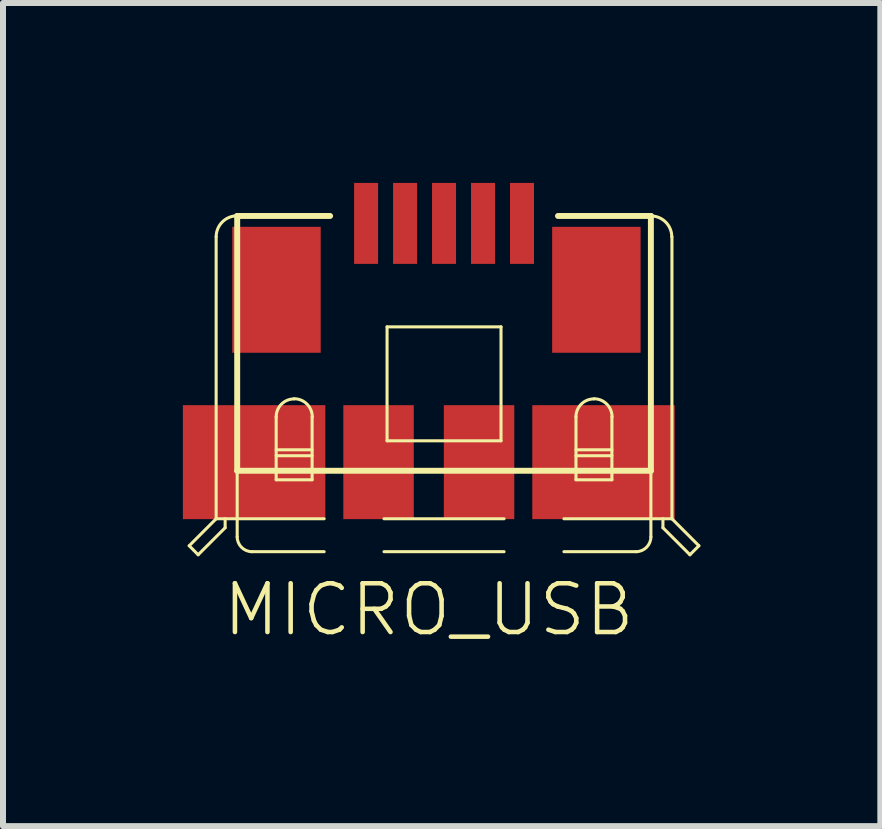
<source format=kicad_pcb>
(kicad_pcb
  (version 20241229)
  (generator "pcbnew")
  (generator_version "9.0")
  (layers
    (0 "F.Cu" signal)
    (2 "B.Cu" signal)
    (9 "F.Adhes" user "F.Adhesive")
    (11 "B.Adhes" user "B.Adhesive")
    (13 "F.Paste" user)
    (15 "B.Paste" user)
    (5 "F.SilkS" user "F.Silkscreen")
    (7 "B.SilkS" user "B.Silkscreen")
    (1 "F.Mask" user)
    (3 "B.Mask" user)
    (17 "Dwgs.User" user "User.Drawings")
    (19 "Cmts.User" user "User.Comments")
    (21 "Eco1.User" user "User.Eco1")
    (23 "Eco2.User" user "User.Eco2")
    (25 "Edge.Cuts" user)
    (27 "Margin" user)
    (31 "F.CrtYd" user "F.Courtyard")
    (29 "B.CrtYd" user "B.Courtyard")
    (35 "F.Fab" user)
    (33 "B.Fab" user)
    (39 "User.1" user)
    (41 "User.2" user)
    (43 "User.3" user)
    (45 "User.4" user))
  (footprint "MICRO_USB"
    (layer "F.Cu")
    (at 4.1 4.576)
    (property "Reference" "MICRO_USB" (at 0 2.54 0) (layer "F.SilkS") (effects (font (size 0.813 0.813) (thickness 0.076))))
    (attr through_hole)
    (fp_line (start -3.995 1.474) (end -3.846 1.624) (stroke (width 0.051) (type solid)) (layer "F.SilkS"))
    (fp_line (start -3.846 1.624) (end -3.396 1.174) (stroke (width 0.051) (type solid)) (layer "F.SilkS"))
    (fp_line (start -3.546 -3.677) (end -3.546 1.024) (stroke (width 0.051) (type solid)) (layer "F.SilkS"))
    (fp_line (start -3.546 1.024) (end -3.995 1.474) (stroke (width 0.051) (type solid)) (layer "F.SilkS"))
    (fp_line (start -3.546 1.024) (end -1.745 1.024) (stroke (width 0.051) (type solid)) (layer "F.SilkS"))
    (fp_line (start -3.396 1.174) (end -3.396 1.024) (stroke (width 0.051) (type solid)) (layer "F.SilkS"))
    (fp_line (start -3.195 -4.025) (end -1.646 -4.025) (stroke (width 0.099) (type solid)) (layer "F.SilkS"))
    (fp_line (start -3.195 0.224) (end -3.195 -4.025) (stroke (width 0.099) (type solid)) (layer "F.SilkS"))
    (fp_line (start -3.195 0.224) (end -3.195 1.324) (stroke (width 0.051) (type solid)) (layer "F.SilkS"))
    (fp_line (start -3.195 0.224) (end 3.703 0.224) (stroke (width 0.099) (type solid)) (layer "F.SilkS"))
    (fp_line (start -2.946 1.573) (end -1.745 1.573) (stroke (width 0.051) (type solid)) (layer "F.SilkS"))
    (fp_line (start -2.545 -0.126) (end -1.946 -0.126) (stroke (width 0.051) (type solid)) (layer "F.SilkS"))
    (fp_line (start -2.545 -0.027) (end -1.946 -0.027) (stroke (width 0.051) (type solid)) (layer "F.SilkS"))
    (fp_line (start -2.545 0.374) (end -2.545 -0.675) (stroke (width 0.051) (type solid)) (layer "F.SilkS"))
    (fp_line (start -2.545 0.374) (end -1.946 0.374) (stroke (width 0.051) (type solid)) (layer "F.SilkS"))
    (fp_line (start -1.946 0.374) (end -1.946 -0.675) (stroke (width 0.051) (type solid)) (layer "F.SilkS"))
    (fp_line (start -0.747 1.024) (end 1.255 1.024) (stroke (width 0.051) (type solid)) (layer "F.SilkS"))
    (fp_line (start -0.747 1.573) (end 1.255 1.573) (stroke (width 0.051) (type solid)) (layer "F.SilkS"))
    (fp_line (start -0.696 -2.176) (end 1.204 -2.176) (stroke (width 0.051) (type solid)) (layer "F.SilkS"))
    (fp_line (start -0.696 -0.276) (end -0.696 -2.176) (stroke (width 0.051) (type solid)) (layer "F.SilkS"))
    (fp_line (start 1.204 -2.176) (end 1.204 -0.276) (stroke (width 0.051) (type solid)) (layer "F.SilkS"))
    (fp_line (start 1.204 -0.276) (end -0.696 -0.276) (stroke (width 0.051) (type solid)) (layer "F.SilkS"))
    (fp_line (start 2.253 1.024) (end 4.054 1.024) (stroke (width 0.051) (type solid)) (layer "F.SilkS"))
    (fp_line (start 2.253 1.573) (end 3.454 1.573) (stroke (width 0.051) (type solid)) (layer "F.SilkS"))
    (fp_line (start 2.454 -0.126) (end 3.053 -0.126) (stroke (width 0.051) (type solid)) (layer "F.SilkS"))
    (fp_line (start 2.454 -0.027) (end 3.053 -0.027) (stroke (width 0.051) (type solid)) (layer "F.SilkS"))
    (fp_line (start 2.454 0.374) (end 2.454 -0.675) (stroke (width 0.051) (type solid)) (layer "F.SilkS"))
    (fp_line (start 2.454 0.374) (end 3.053 0.374) (stroke (width 0.051) (type solid)) (layer "F.SilkS"))
    (fp_line (start 3.053 0.374) (end 3.053 -0.675) (stroke (width 0.051) (type solid)) (layer "F.SilkS"))
    (fp_line (start 3.703 -4.025) (end 2.154 -4.025) (stroke (width 0.099) (type solid)) (layer "F.SilkS"))
    (fp_line (start 3.703 0.224) (end 3.703 -4.025) (stroke (width 0.099) (type solid)) (layer "F.SilkS"))
    (fp_line (start 3.703 0.224) (end 3.703 1.324) (stroke (width 0.051) (type solid)) (layer "F.SilkS"))
    (fp_line (start 3.904 1.174) (end 3.904 1.024) (stroke (width 0.051) (type solid)) (layer "F.SilkS"))
    (fp_line (start 4.054 -3.677) (end 4.054 1.024) (stroke (width 0.051) (type solid)) (layer "F.SilkS"))
    (fp_line (start 4.054 1.024) (end 4.503 1.474) (stroke (width 0.051) (type solid)) (layer "F.SilkS"))
    (fp_line (start 4.354 1.624) (end 3.904 1.174) (stroke (width 0.051) (type solid)) (layer "F.SilkS"))
    (fp_line (start 4.354 1.624) (end 4.503 1.474) (stroke (width 0.051) (type solid)) (layer "F.SilkS"))
    (fp_arc (start -3.54584 -3.6771) (mid -3.443175 -3.924955) (end -3.19532 -4.02762) (stroke (width 0.0508) (type solid)) (layer "F.SilkS"))
    (fp_arc (start -2.9464 1.57308) (mid -3.122413 1.500173) (end -3.19532 1.32416) (stroke (width 0.0508) (type solid)) (layer "F.SilkS"))
    (fp_arc (start -2.54508 -0.67482) (mid -2.457294 -0.886754) (end -2.24536 -0.97454) (stroke (width 0.0508) (type solid)) (layer "F.SilkS"))
    (fp_arc (start -2.24536 -0.97708) (mid -2.03163 -0.88855) (end -1.9431 -0.67482) (stroke (width 0.0508) (type solid)) (layer "F.SilkS"))
    (fp_arc (start 2.45364 -0.67482) (mid 2.541426 -0.886754) (end 2.75336 -0.97454) (stroke (width 0.0508) (type solid)) (layer "F.SilkS"))
    (fp_arc (start 2.75336 -0.97708) (mid 2.96709 -0.88855) (end 3.05562 -0.67482) (stroke (width 0.0508) (type solid)) (layer "F.SilkS"))
    (fp_arc (start 3.70332 -4.02508) (mid 3.949379 -3.923159) (end 4.0513 -3.6771) (stroke (width 0.0508) (type solid)) (layer "F.SilkS"))
    (fp_arc (start 3.70332 1.32416) (mid 3.630413 1.500173) (end 3.4544 1.57308) (stroke (width 0.0508) (type solid)) (layer "F.SilkS"))
    (pad "1" smd rect (at -1.046 -3.901) (size 0.4 1.35) (layers "F.Cu" "F.Mask" "F.Paste"))
    (pad "2" smd rect (at -0.396 -3.901) (size 0.4 1.35) (layers "F.Cu" "F.Mask" "F.Paste"))
    (pad "3" smd rect (at 0.254 -3.901) (size 0.4 1.35) (layers "F.Cu" "F.Mask" "F.Paste"))
    (pad "4" smd rect (at 0.904 -3.901) (size 0.4 1.35) (layers "F.Cu" "F.Mask" "F.Paste"))
    (pad "5" smd rect (at 1.554 -3.901) (size 0.4 1.35) (layers "F.Cu" "F.Mask" "F.Paste"))
    (pad "6" smd rect (at -2.913 0.08 90) (size 1.9 2.375) (layers "F.Cu" "F.Mask" "F.Paste"))
    (pad "6" smd rect (at -2.54 -2.794 90) (size 2.1 1.475) (layers "F.Cu" "F.Mask" "F.Paste"))
    (pad "6" smd rect (at -0.838 0.08 90) (size 1.9 1.175) (layers "F.Cu" "F.Mask" "F.Paste"))
    (pad "6" smd rect (at 0.838 0.08 90) (size 1.9 1.175) (layers "F.Cu" "F.Mask" "F.Paste"))
    (pad "6" smd rect (at 2.794 -2.794 90) (size 2.1 1.475) (layers "F.Cu" "F.Mask" "F.Paste"))
    (pad "6" smd rect (at 2.913 0.08 90) (size 1.9 2.375) (layers "F.Cu" "F.Mask" "F.Paste")))
  (gr_rect
    (start -3 -3)
    (end 11.629 10.725)
    (stroke (width 0.1) (type default))
    (fill no)
    (layer "Edge.Cuts")))
</source>
